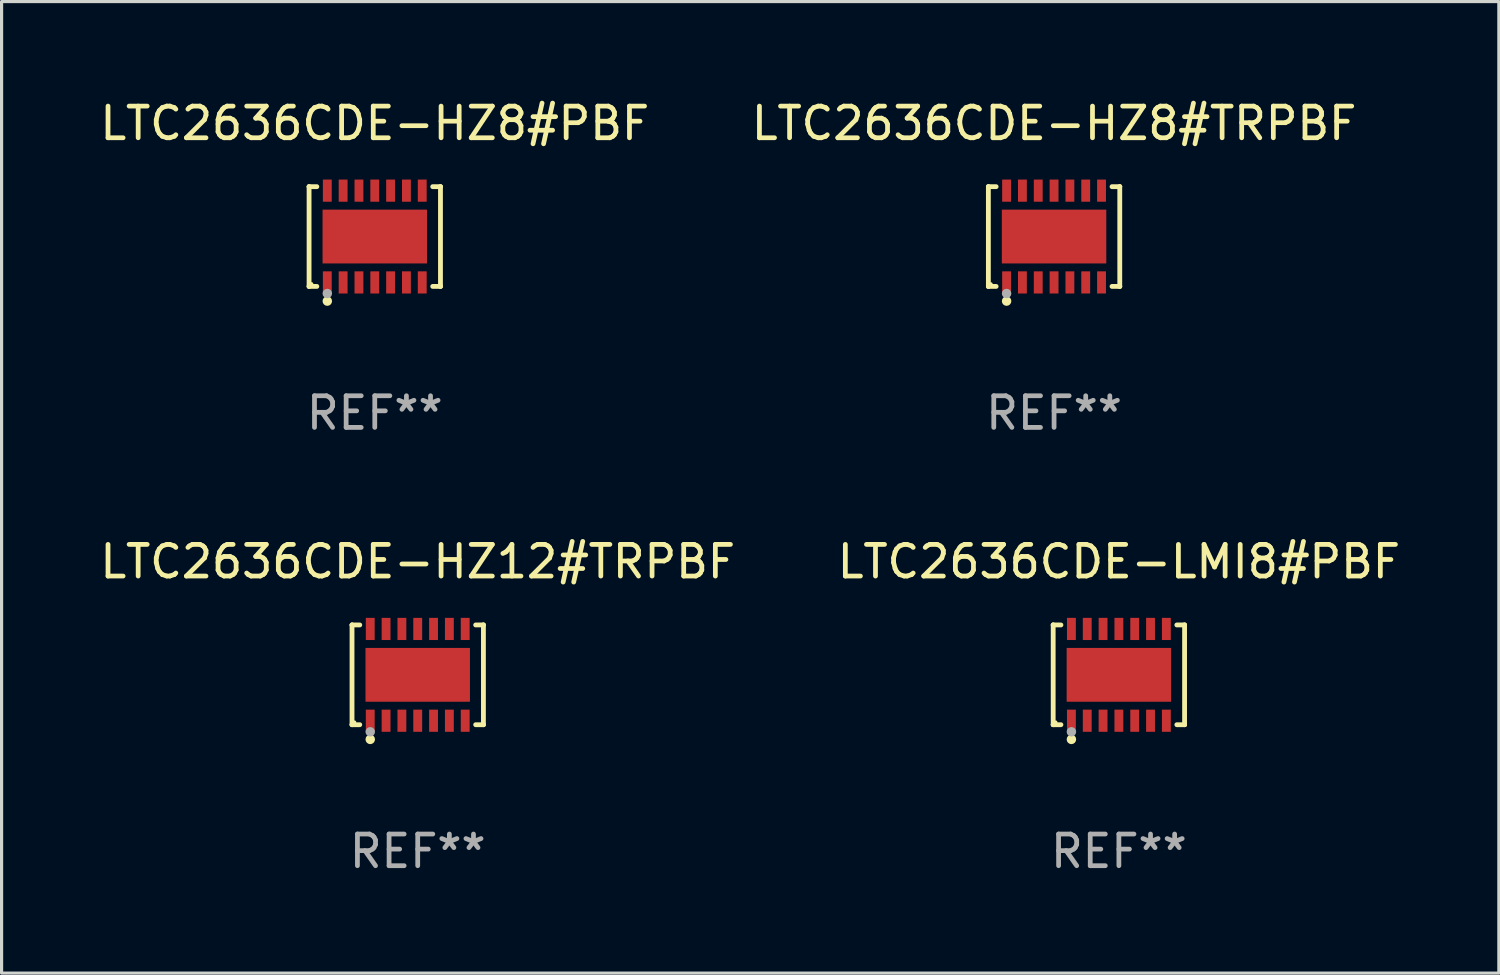
<source format=kicad_pcb>
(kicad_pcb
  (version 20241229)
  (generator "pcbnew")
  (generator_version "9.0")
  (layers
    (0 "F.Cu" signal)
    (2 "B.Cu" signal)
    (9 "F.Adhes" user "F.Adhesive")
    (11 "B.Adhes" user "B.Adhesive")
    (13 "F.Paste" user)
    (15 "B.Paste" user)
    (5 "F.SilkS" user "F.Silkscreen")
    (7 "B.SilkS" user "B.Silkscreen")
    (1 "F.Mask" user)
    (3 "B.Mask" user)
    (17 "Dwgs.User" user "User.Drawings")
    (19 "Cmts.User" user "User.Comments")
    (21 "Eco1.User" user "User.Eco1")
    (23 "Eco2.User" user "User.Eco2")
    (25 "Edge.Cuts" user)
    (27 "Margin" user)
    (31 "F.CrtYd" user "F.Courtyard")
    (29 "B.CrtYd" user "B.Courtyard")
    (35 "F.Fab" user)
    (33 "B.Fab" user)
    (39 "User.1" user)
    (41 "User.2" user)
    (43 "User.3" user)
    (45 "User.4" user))
  (footprint "LTC2636CDE-HZ8#TRPBF"
    (layer "F.Cu")
    (at 30.256 4.424)
    (property "Reference" "LTC2636CDE-HZ8#TRPBF" (at 0 -3.576 0) (layer "F.SilkS") (effects (font (size 1 1) (thickness 0.15))))
    (attr through_hole)
    (fp_line (start -2.076 -1.576) (end -2.076 -1.576) (stroke (width 0.152) (type solid)) (layer "F.SilkS"))
    (fp_line (start -2.076 -1.576) (end -1.831 -1.576) (stroke (width 0.152) (type solid)) (layer "F.SilkS"))
    (fp_line (start -2.076 1.576) (end -2.076 -1.576) (stroke (width 0.152) (type solid)) (layer "F.SilkS"))
    (fp_line (start -2.076 1.576) (end -2.076 1.576) (stroke (width 0.152) (type solid)) (layer "F.SilkS"))
    (fp_line (start -1.831 1.576) (end -2.076 1.576) (stroke (width 0.152) (type solid)) (layer "F.SilkS"))
    (fp_line (start 1.831 1.576) (end 2.076 1.576) (stroke (width 0.152) (type solid)) (layer "F.SilkS"))
    (fp_line (start 2.076 -1.576) (end 1.831 -1.576) (stroke (width 0.152) (type solid)) (layer "F.SilkS"))
    (fp_line (start 2.076 -1.576) (end 2.076 -1.576) (stroke (width 0.152) (type solid)) (layer "F.SilkS"))
    (fp_line (start 2.076 1.576) (end 2.076 -1.576) (stroke (width 0.152) (type solid)) (layer "F.SilkS"))
    (fp_line (start 2.076 1.576) (end 2.076 1.576) (stroke (width 0.152) (type solid)) (layer "F.SilkS"))
    (fp_circle (center -2 1.5) (end -1.97 1.5) (stroke (width 0.06) (type solid)) (fill no) (layer "F.SilkS"))
    (fp_circle (center -1.5 2.04) (end -1.425 2.04) (stroke (width 0.15) (type solid)) (fill no) (layer "F.SilkS"))
    (fp_circle (center -1.5 1.8) (end -1.425 1.8) (stroke (width 0.15) (type solid)) (fill no) (layer "F.Fab"))
    (fp_text user "REF**" (at 0 5.576 0) (layer "F.Fab") (effects (font (size 1 1) (thickness 0.15))))
    (pad "1" smd rect (at -1.5 1.45) (size 0.28 0.7) (layers "F.Cu" "F.Mask" "F.Paste"))
    (pad "2" smd rect (at -1 1.45) (size 0.28 0.7) (layers "F.Cu" "F.Mask" "F.Paste"))
    (pad "3" smd rect (at -0.5 1.45) (size 0.28 0.7) (layers "F.Cu" "F.Mask" "F.Paste"))
    (pad "4" smd rect (at 0 1.45) (size 0.28 0.7) (layers "F.Cu" "F.Mask" "F.Paste"))
    (pad "5" smd rect (at 0.5 1.45) (size 0.28 0.7) (layers "F.Cu" "F.Mask" "F.Paste"))
    (pad "6" smd rect (at 1 1.45) (size 0.28 0.7) (layers "F.Cu" "F.Mask" "F.Paste"))
    (pad "7" smd rect (at 1.5 1.45) (size 0.28 0.7) (layers "F.Cu" "F.Mask" "F.Paste"))
    (pad "8" smd rect (at 1.5 -1.45) (size 0.28 0.7) (layers "F.Cu" "F.Mask" "F.Paste"))
    (pad "9" smd rect (at 1 -1.45) (size 0.28 0.7) (layers "F.Cu" "F.Mask" "F.Paste"))
    (pad "10" smd rect (at 0.5 -1.45) (size 0.28 0.7) (layers "F.Cu" "F.Mask" "F.Paste"))
    (pad "11" smd rect (at 0 -1.45) (size 0.28 0.7) (layers "F.Cu" "F.Mask" "F.Paste"))
    (pad "12" smd rect (at -0.5 -1.45) (size 0.28 0.7) (layers "F.Cu" "F.Mask" "F.Paste"))
    (pad "13" smd rect (at -1 -1.45) (size 0.28 0.7) (layers "F.Cu" "F.Mask" "F.Paste"))
    (pad "14" smd rect (at -1.5 -1.45) (size 0.28 0.7) (layers "F.Cu" "F.Mask" "F.Paste"))
    (pad "15" smd rect (at 0 0) (size 3.3 1.7) (layers "F.Cu" "F.Mask" "F.Paste")))
  (footprint "LTC2636CDE-HZ8#PBF"
    (layer "F.Cu")
    (at 8.792 4.424)
    (property "Reference" "LTC2636CDE-HZ8#PBF" (at 0 -3.576 0) (layer "F.SilkS") (effects (font (size 1 1) (thickness 0.15))))
    (attr through_hole)
    (fp_line (start -2.076 -1.576) (end -2.076 -1.576) (stroke (width 0.152) (type solid)) (layer "F.SilkS"))
    (fp_line (start -2.076 -1.576) (end -1.831 -1.576) (stroke (width 0.152) (type solid)) (layer "F.SilkS"))
    (fp_line (start -2.076 1.576) (end -2.076 -1.576) (stroke (width 0.152) (type solid)) (layer "F.SilkS"))
    (fp_line (start -2.076 1.576) (end -2.076 1.576) (stroke (width 0.152) (type solid)) (layer "F.SilkS"))
    (fp_line (start -1.831 1.576) (end -2.076 1.576) (stroke (width 0.152) (type solid)) (layer "F.SilkS"))
    (fp_line (start 1.831 1.576) (end 2.076 1.576) (stroke (width 0.152) (type solid)) (layer "F.SilkS"))
    (fp_line (start 2.076 -1.576) (end 1.831 -1.576) (stroke (width 0.152) (type solid)) (layer "F.SilkS"))
    (fp_line (start 2.076 -1.576) (end 2.076 -1.576) (stroke (width 0.152) (type solid)) (layer "F.SilkS"))
    (fp_line (start 2.076 1.576) (end 2.076 -1.576) (stroke (width 0.152) (type solid)) (layer "F.SilkS"))
    (fp_line (start 2.076 1.576) (end 2.076 1.576) (stroke (width 0.152) (type solid)) (layer "F.SilkS"))
    (fp_circle (center -2 1.5) (end -1.97 1.5) (stroke (width 0.06) (type solid)) (fill no) (layer "F.SilkS"))
    (fp_circle (center -1.5 2.04) (end -1.425 2.04) (stroke (width 0.15) (type solid)) (fill no) (layer "F.SilkS"))
    (fp_circle (center -1.5 1.8) (end -1.425 1.8) (stroke (width 0.15) (type solid)) (fill no) (layer "F.Fab"))
    (fp_text user "REF**" (at 0 5.576 0) (layer "F.Fab") (effects (font (size 1 1) (thickness 0.15))))
    (pad "1" smd rect (at -1.5 1.45) (size 0.28 0.7) (layers "F.Cu" "F.Mask" "F.Paste"))
    (pad "2" smd rect (at -1 1.45) (size 0.28 0.7) (layers "F.Cu" "F.Mask" "F.Paste"))
    (pad "3" smd rect (at -0.5 1.45) (size 0.28 0.7) (layers "F.Cu" "F.Mask" "F.Paste"))
    (pad "4" smd rect (at 0 1.45) (size 0.28 0.7) (layers "F.Cu" "F.Mask" "F.Paste"))
    (pad "5" smd rect (at 0.5 1.45) (size 0.28 0.7) (layers "F.Cu" "F.Mask" "F.Paste"))
    (pad "6" smd rect (at 1 1.45) (size 0.28 0.7) (layers "F.Cu" "F.Mask" "F.Paste"))
    (pad "7" smd rect (at 1.5 1.45) (size 0.28 0.7) (layers "F.Cu" "F.Mask" "F.Paste"))
    (pad "8" smd rect (at 1.5 -1.45) (size 0.28 0.7) (layers "F.Cu" "F.Mask" "F.Paste"))
    (pad "9" smd rect (at 1 -1.45) (size 0.28 0.7) (layers "F.Cu" "F.Mask" "F.Paste"))
    (pad "10" smd rect (at 0.5 -1.45) (size 0.28 0.7) (layers "F.Cu" "F.Mask" "F.Paste"))
    (pad "11" smd rect (at 0 -1.45) (size 0.28 0.7) (layers "F.Cu" "F.Mask" "F.Paste"))
    (pad "12" smd rect (at -0.5 -1.45) (size 0.28 0.7) (layers "F.Cu" "F.Mask" "F.Paste"))
    (pad "13" smd rect (at -1 -1.45) (size 0.28 0.7) (layers "F.Cu" "F.Mask" "F.Paste"))
    (pad "14" smd rect (at -1.5 -1.45) (size 0.28 0.7) (layers "F.Cu" "F.Mask" "F.Paste"))
    (pad "15" smd rect (at 0 0) (size 3.3 1.7) (layers "F.Cu" "F.Mask" "F.Paste")))
  (footprint "LTC2636CDE-HZ12#TRPBF"
    (layer "F.Cu")
    (at 10.149 18.273)
    (property "Reference" "LTC2636CDE-HZ12#TRPBF" (at 0 -3.576 0) (layer "F.SilkS") (effects (font (size 1 1) (thickness 0.15))))
    (attr through_hole)
    (fp_line (start -2.076 -1.576) (end -2.076 -1.576) (stroke (width 0.152) (type solid)) (layer "F.SilkS"))
    (fp_line (start -2.076 -1.576) (end -1.831 -1.576) (stroke (width 0.152) (type solid)) (layer "F.SilkS"))
    (fp_line (start -2.076 1.576) (end -2.076 -1.576) (stroke (width 0.152) (type solid)) (layer "F.SilkS"))
    (fp_line (start -2.076 1.576) (end -2.076 1.576) (stroke (width 0.152) (type solid)) (layer "F.SilkS"))
    (fp_line (start -1.831 1.576) (end -2.076 1.576) (stroke (width 0.152) (type solid)) (layer "F.SilkS"))
    (fp_line (start 1.831 1.576) (end 2.076 1.576) (stroke (width 0.152) (type solid)) (layer "F.SilkS"))
    (fp_line (start 2.076 -1.576) (end 1.831 -1.576) (stroke (width 0.152) (type solid)) (layer "F.SilkS"))
    (fp_line (start 2.076 -1.576) (end 2.076 -1.576) (stroke (width 0.152) (type solid)) (layer "F.SilkS"))
    (fp_line (start 2.076 1.576) (end 2.076 -1.576) (stroke (width 0.152) (type solid)) (layer "F.SilkS"))
    (fp_line (start 2.076 1.576) (end 2.076 1.576) (stroke (width 0.152) (type solid)) (layer "F.SilkS"))
    (fp_circle (center -2 1.5) (end -1.97 1.5) (stroke (width 0.06) (type solid)) (fill no) (layer "F.SilkS"))
    (fp_circle (center -1.5 2.04) (end -1.425 2.04) (stroke (width 0.15) (type solid)) (fill no) (layer "F.SilkS"))
    (fp_circle (center -1.5 1.8) (end -1.425 1.8) (stroke (width 0.15) (type solid)) (fill no) (layer "F.Fab"))
    (fp_text user "REF**" (at 0 5.576 0) (layer "F.Fab") (effects (font (size 1 1) (thickness 0.15))))
    (pad "1" smd rect (at -1.5 1.45) (size 0.28 0.7) (layers "F.Cu" "F.Mask" "F.Paste"))
    (pad "2" smd rect (at -1 1.45) (size 0.28 0.7) (layers "F.Cu" "F.Mask" "F.Paste"))
    (pad "3" smd rect (at -0.5 1.45) (size 0.28 0.7) (layers "F.Cu" "F.Mask" "F.Paste"))
    (pad "4" smd rect (at 0 1.45) (size 0.28 0.7) (layers "F.Cu" "F.Mask" "F.Paste"))
    (pad "5" smd rect (at 0.5 1.45) (size 0.28 0.7) (layers "F.Cu" "F.Mask" "F.Paste"))
    (pad "6" smd rect (at 1 1.45) (size 0.28 0.7) (layers "F.Cu" "F.Mask" "F.Paste"))
    (pad "7" smd rect (at 1.5 1.45) (size 0.28 0.7) (layers "F.Cu" "F.Mask" "F.Paste"))
    (pad "8" smd rect (at 1.5 -1.45) (size 0.28 0.7) (layers "F.Cu" "F.Mask" "F.Paste"))
    (pad "9" smd rect (at 1 -1.45) (size 0.28 0.7) (layers "F.Cu" "F.Mask" "F.Paste"))
    (pad "10" smd rect (at 0.5 -1.45) (size 0.28 0.7) (layers "F.Cu" "F.Mask" "F.Paste"))
    (pad "11" smd rect (at 0 -1.45) (size 0.28 0.7) (layers "F.Cu" "F.Mask" "F.Paste"))
    (pad "12" smd rect (at -0.5 -1.45) (size 0.28 0.7) (layers "F.Cu" "F.Mask" "F.Paste"))
    (pad "13" smd rect (at -1 -1.45) (size 0.28 0.7) (layers "F.Cu" "F.Mask" "F.Paste"))
    (pad "14" smd rect (at -1.5 -1.45) (size 0.28 0.7) (layers "F.Cu" "F.Mask" "F.Paste"))
    (pad "15" smd rect (at 0 0) (size 3.3 1.7) (layers "F.Cu" "F.Mask" "F.Paste")))
  (footprint "LTC2636CDE-LMI8#PBF"
    (layer "F.Cu")
    (at 32.304 18.273)
    (property "Reference" "LTC2636CDE-LMI8#PBF" (at 0 -3.576 0) (layer "F.SilkS") (effects (font (size 1 1) (thickness 0.15))))
    (attr through_hole)
    (fp_line (start -2.076 -1.576) (end -2.076 -1.576) (stroke (width 0.152) (type solid)) (layer "F.SilkS"))
    (fp_line (start -2.076 -1.576) (end -1.831 -1.576) (stroke (width 0.152) (type solid)) (layer "F.SilkS"))
    (fp_line (start -2.076 1.576) (end -2.076 -1.576) (stroke (width 0.152) (type solid)) (layer "F.SilkS"))
    (fp_line (start -2.076 1.576) (end -2.076 1.576) (stroke (width 0.152) (type solid)) (layer "F.SilkS"))
    (fp_line (start -1.831 1.576) (end -2.076 1.576) (stroke (width 0.152) (type solid)) (layer "F.SilkS"))
    (fp_line (start 1.831 1.576) (end 2.076 1.576) (stroke (width 0.152) (type solid)) (layer "F.SilkS"))
    (fp_line (start 2.076 -1.576) (end 1.831 -1.576) (stroke (width 0.152) (type solid)) (layer "F.SilkS"))
    (fp_line (start 2.076 -1.576) (end 2.076 -1.576) (stroke (width 0.152) (type solid)) (layer "F.SilkS"))
    (fp_line (start 2.076 1.576) (end 2.076 -1.576) (stroke (width 0.152) (type solid)) (layer "F.SilkS"))
    (fp_line (start 2.076 1.576) (end 2.076 1.576) (stroke (width 0.152) (type solid)) (layer "F.SilkS"))
    (fp_circle (center -2 1.5) (end -1.97 1.5) (stroke (width 0.06) (type solid)) (fill no) (layer "F.SilkS"))
    (fp_circle (center -1.5 2.04) (end -1.425 2.04) (stroke (width 0.15) (type solid)) (fill no) (layer "F.SilkS"))
    (fp_circle (center -1.5 1.8) (end -1.425 1.8) (stroke (width 0.15) (type solid)) (fill no) (layer "F.Fab"))
    (fp_text user "REF**" (at 0 5.576 0) (layer "F.Fab") (effects (font (size 1 1) (thickness 0.15))))
    (pad "1" smd rect (at -1.5 1.45) (size 0.28 0.7) (layers "F.Cu" "F.Mask" "F.Paste"))
    (pad "2" smd rect (at -1 1.45) (size 0.28 0.7) (layers "F.Cu" "F.Mask" "F.Paste"))
    (pad "3" smd rect (at -0.5 1.45) (size 0.28 0.7) (layers "F.Cu" "F.Mask" "F.Paste"))
    (pad "4" smd rect (at 0 1.45) (size 0.28 0.7) (layers "F.Cu" "F.Mask" "F.Paste"))
    (pad "5" smd rect (at 0.5 1.45) (size 0.28 0.7) (layers "F.Cu" "F.Mask" "F.Paste"))
    (pad "6" smd rect (at 1 1.45) (size 0.28 0.7) (layers "F.Cu" "F.Mask" "F.Paste"))
    (pad "7" smd rect (at 1.5 1.45) (size 0.28 0.7) (layers "F.Cu" "F.Mask" "F.Paste"))
    (pad "8" smd rect (at 1.5 -1.45) (size 0.28 0.7) (layers "F.Cu" "F.Mask" "F.Paste"))
    (pad "9" smd rect (at 1 -1.45) (size 0.28 0.7) (layers "F.Cu" "F.Mask" "F.Paste"))
    (pad "10" smd rect (at 0.5 -1.45) (size 0.28 0.7) (layers "F.Cu" "F.Mask" "F.Paste"))
    (pad "11" smd rect (at 0 -1.45) (size 0.28 0.7) (layers "F.Cu" "F.Mask" "F.Paste"))
    (pad "12" smd rect (at -0.5 -1.45) (size 0.28 0.7) (layers "F.Cu" "F.Mask" "F.Paste"))
    (pad "13" smd rect (at -1 -1.45) (size 0.28 0.7) (layers "F.Cu" "F.Mask" "F.Paste"))
    (pad "14" smd rect (at -1.5 -1.45) (size 0.28 0.7) (layers "F.Cu" "F.Mask" "F.Paste"))
    (pad "15" smd rect (at 0 0) (size 3.3 1.7) (layers "F.Cu" "F.Mask" "F.Paste")))
  (gr_rect
    (start -3 -3)
    (end 44.31 27.698)
    (stroke (width 0.1) (type default))
    (fill no)
    (layer "Edge.Cuts")))
</source>
